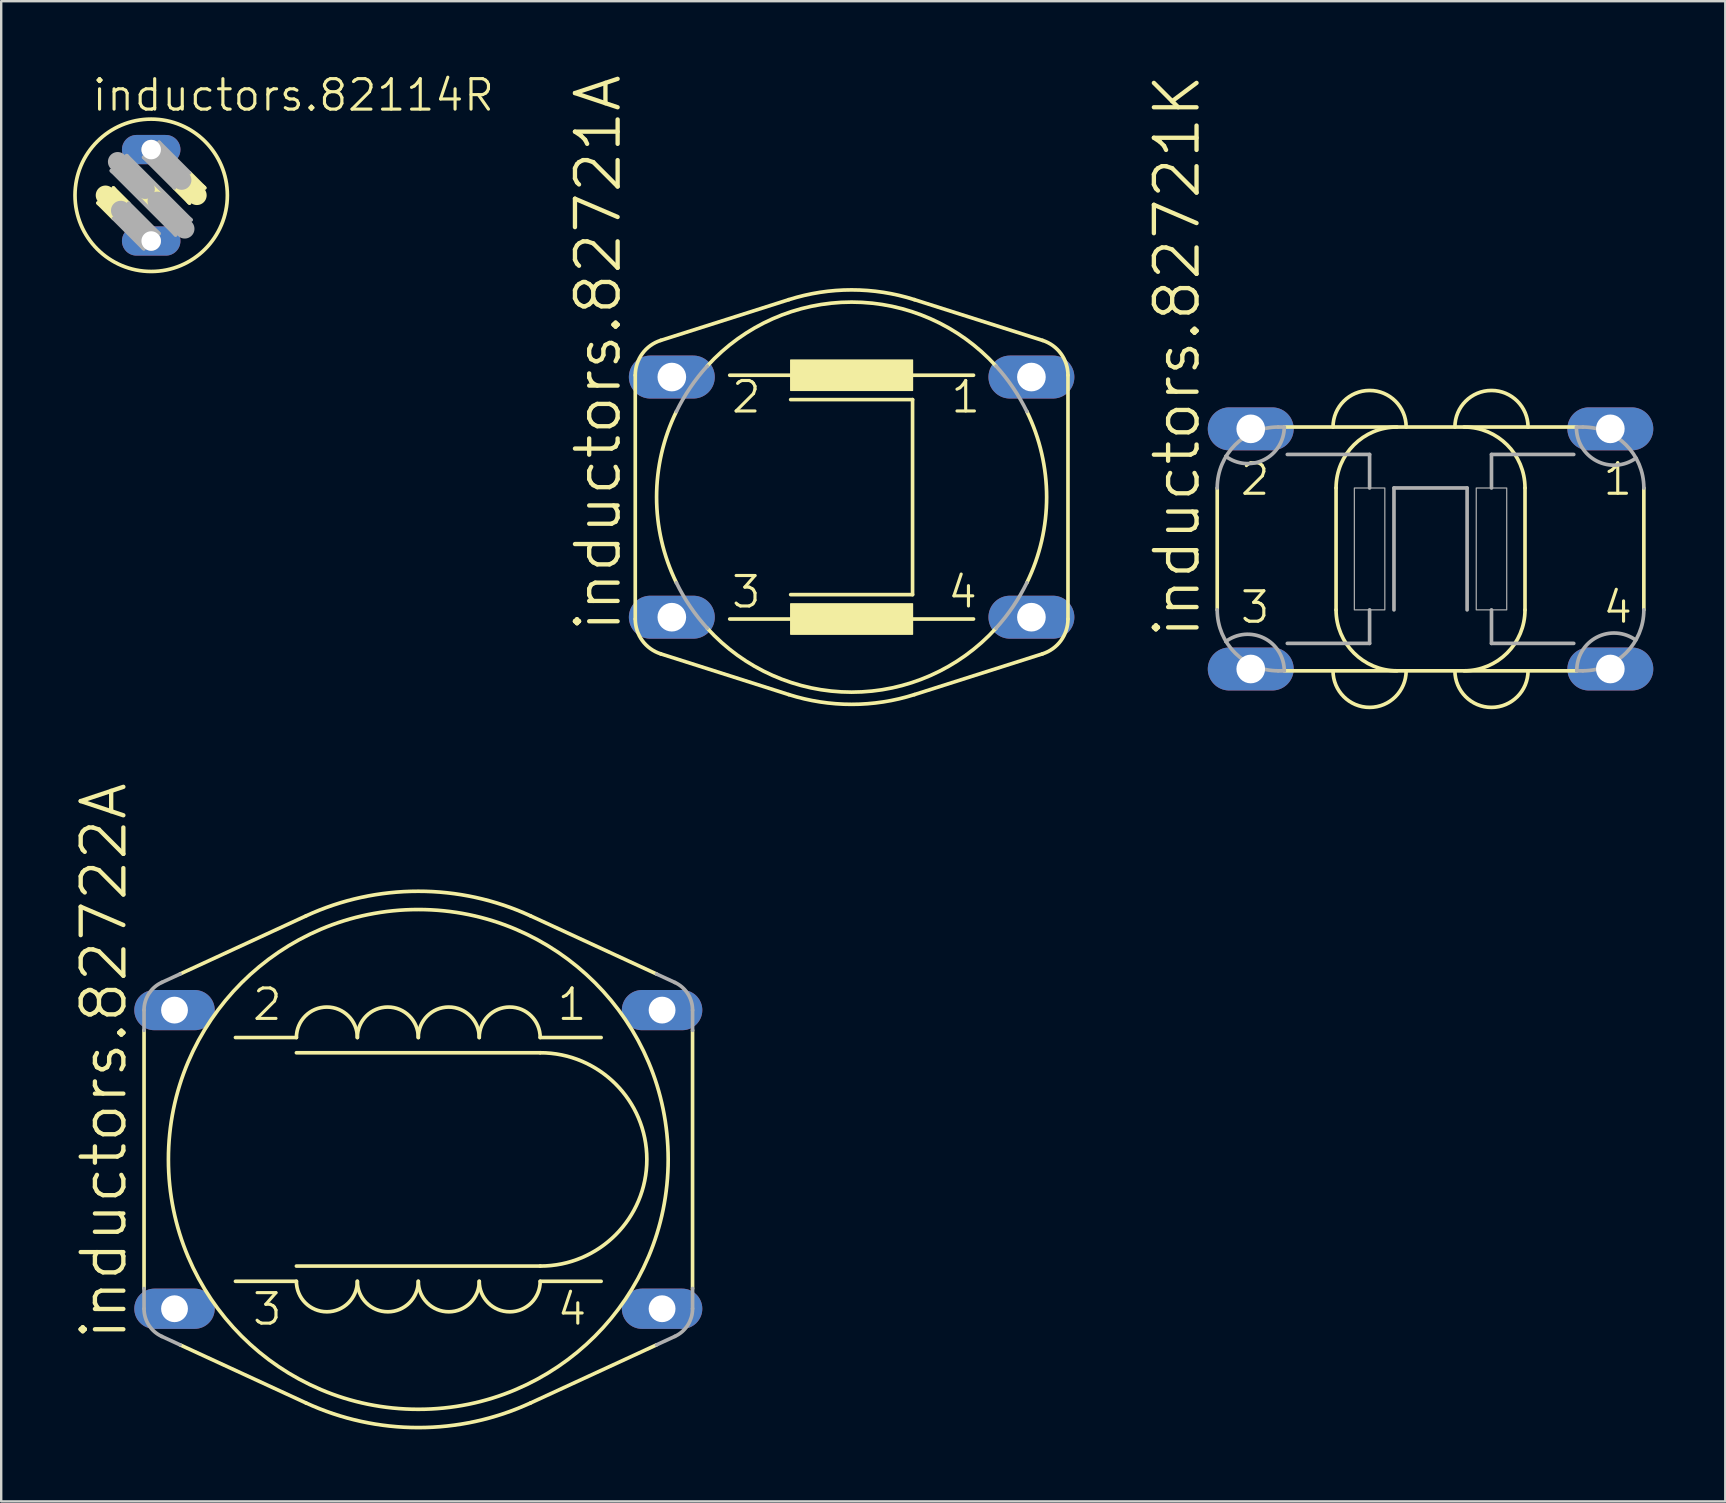
<source format=kicad_pcb>
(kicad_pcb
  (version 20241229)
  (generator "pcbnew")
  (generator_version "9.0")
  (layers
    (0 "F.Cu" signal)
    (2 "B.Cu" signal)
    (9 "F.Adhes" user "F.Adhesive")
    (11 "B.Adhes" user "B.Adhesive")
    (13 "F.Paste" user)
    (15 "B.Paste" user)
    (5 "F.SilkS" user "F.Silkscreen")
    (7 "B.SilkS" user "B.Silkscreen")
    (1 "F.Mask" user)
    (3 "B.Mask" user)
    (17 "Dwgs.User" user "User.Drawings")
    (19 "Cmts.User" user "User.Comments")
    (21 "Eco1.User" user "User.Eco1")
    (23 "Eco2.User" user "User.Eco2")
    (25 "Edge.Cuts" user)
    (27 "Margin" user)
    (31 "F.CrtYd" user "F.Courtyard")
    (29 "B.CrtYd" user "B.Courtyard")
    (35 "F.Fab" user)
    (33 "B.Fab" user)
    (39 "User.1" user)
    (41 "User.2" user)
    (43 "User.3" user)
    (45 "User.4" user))
  (footprint "inductors.82114R"
    (layer "F.Cu")
    (at 3.251 5.089)
    (property "Reference" "inductors.82114R" (at -2.54 -3.429 0) (layer "F.SilkS") (effects (font (size 1.27 1.27) (thickness 0.13)) (justify left bottom)))
    (attr through_hole)
    (fp_line (start -2.21 0.33) (end -1.575 0.965) (stroke (width 0.152) (type default)) (layer "F.SilkS"))
    (fp_line (start -1.905 0) (end -1.27 0.635) (stroke (width 0.813) (type default)) (layer "F.SilkS"))
    (fp_line (start -1.575 -0.305) (end -0.94 0.33) (stroke (width 0.152) (type default)) (layer "F.SilkS"))
    (fp_line (start 0.254 0.254) (end -0.254 -0.254) (stroke (width 0.813) (type default)) (layer "F.SilkS"))
    (fp_line (start 0.965 -0.305) (end 1.6 0.33) (stroke (width 0.152) (type default)) (layer "F.SilkS"))
    (fp_line (start 1.6 -0.94) (end 2.235 -0.305) (stroke (width 0.152) (type default)) (layer "F.SilkS"))
    (fp_line (start 1.905 0) (end 1.27 -0.635) (stroke (width 0.813) (type default)) (layer "F.SilkS"))
    (fp_arc (start -1.5748 -0.3048) (mid -1.593683 0.324065) (end -2.2228 0.3178) (stroke (width 0.1524) (type default)) (layer "F.SilkS"))
    (fp_arc (start 1.5748 0.3048) (mid 1.593683 -0.324065) (end 2.2228 -0.3178) (stroke (width 0.1524) (type default)) (layer "F.SilkS"))
    (fp_circle (center 0 0) (end 3.175 0) (stroke (width 0.152) (type default)) (fill no) (layer "F.SilkS"))
    (fp_line (start -1.651 -1.016) (end 1.016 1.651) (stroke (width 0.152) (type default)) (layer "F.Fab"))
    (fp_line (start -1.575 0.965) (end -0.305 2.235) (stroke (width 0.152) (type default)) (layer "F.Fab"))
    (fp_line (start -1.016 -1.651) (end 1.651 1.016) (stroke (width 0.152) (type default)) (layer "F.Fab"))
    (fp_line (start -0.94 0.33) (end 0.33 1.6) (stroke (width 0.152) (type default)) (layer "F.Fab"))
    (fp_line (start -0.305 -1.575) (end 0.965 -0.305) (stroke (width 0.152) (type default)) (layer "F.Fab"))
    (fp_line (start -0.254 -0.254) (end -1.397 -1.397) (stroke (width 0.813) (type default)) (layer "F.Fab"))
    (fp_line (start 0 -1.905) (end 1.27 -0.635) (stroke (width 0.813) (type default)) (layer "F.Fab"))
    (fp_line (start 0 1.905) (end -1.27 0.635) (stroke (width 0.813) (type default)) (layer "F.Fab"))
    (fp_line (start 0.33 -2.21) (end 1.6 -0.94) (stroke (width 0.152) (type default)) (layer "F.Fab"))
    (fp_line (start 1.397 1.397) (end 0.254 0.254) (stroke (width 0.813) (type default)) (layer "F.Fab"))
    (fp_arc (start -1.016 -1.651) (mid -1.034883 -1.022135) (end -1.664 -1.0284) (stroke (width 0.1524) (type default)) (layer "F.Fab"))
    (fp_arc (start -0.3302 2.2098) (mid -0.311317 1.580935) (end 0.3178 1.5872) (stroke (width 0.1524) (type default)) (layer "F.Fab"))
    (fp_arc (start 0.3302 -2.2098) (mid 0.311317 -1.580935) (end -0.3178 -1.5872) (stroke (width 0.1524) (type default)) (layer "F.Fab"))
    (fp_arc (start 1.016 1.651) (mid 1.034883 1.022135) (end 1.664 1.0284) (stroke (width 0.1524) (type default)) (layer "F.Fab"))
    (pad "1" thru_hole oval (at 0 -1.905) (size 2.438 1.219) (drill 0.813) (layers "*.Cu" "*.Mask"))
    (pad "2" thru_hole oval (at 0 1.905) (size 2.438 1.219) (drill 0.813) (layers "*.Cu" "*.Mask")))
  (footprint "inductors.82722A"
    (layer "F.Cu")
    (at 14.383 45.27)
    (property "Reference" "inductors.82722A" (at -12.065 7.62 90) (layer "F.SilkS") (effects (font (size 1.778 1.778) (thickness 0.18)) (justify left bottom)))
    (attr through_hole)
    (fp_line (start -11.43 5.381) (end -11.43 -5.381) (stroke (width 0.152) (type default)) (layer "F.SilkS"))
    (fp_line (start -9.927 -7.729) (end -4.681 -10.149) (stroke (width 0.152) (type default)) (layer "F.SilkS"))
    (fp_line (start -9.927 7.729) (end -4.681 10.149) (stroke (width 0.152) (type default)) (layer "F.SilkS"))
    (fp_line (start -5.08 -5.08) (end -7.62 -5.08) (stroke (width 0.152) (type default)) (layer "F.SilkS"))
    (fp_line (start -5.08 -4.445) (end 5.08 -4.445) (stroke (width 0.152) (type default)) (layer "F.SilkS"))
    (fp_line (start -5.08 4.445) (end 5.08 4.445) (stroke (width 0.152) (type default)) (layer "F.SilkS"))
    (fp_line (start -5.08 5.08) (end -7.62 5.08) (stroke (width 0.152) (type default)) (layer "F.SilkS"))
    (fp_line (start 4.681 -10.149) (end 9.927 -7.729) (stroke (width 0.152) (type default)) (layer "F.SilkS"))
    (fp_line (start 5.08 -5.08) (end 7.62 -5.08) (stroke (width 0.152) (type default)) (layer "F.SilkS"))
    (fp_line (start 5.08 5.08) (end 7.62 5.08) (stroke (width 0.152) (type default)) (layer "F.SilkS"))
    (fp_line (start 9.927 7.729) (end 4.681 10.149) (stroke (width 0.152) (type default)) (layer "F.SilkS"))
    (fp_line (start 11.43 -5.381) (end 11.43 5.381) (stroke (width 0.152) (type default)) (layer "F.SilkS"))
    (fp_arc (start -5.08 -5.08) (mid -3.81 -6.35) (end -2.54 -5.08) (stroke (width 0.1524) (type default)) (layer "F.SilkS"))
    (fp_arc (start -4.681 -10.149) (mid -0.0005 -11.17631) (end 4.68 -10.149) (stroke (width 0.1524) (type default)) (layer "F.SilkS"))
    (fp_arc (start -2.54 -5.08) (mid -1.27 -6.35) (end 0 -5.08) (stroke (width 0.1524) (type default)) (layer "F.SilkS"))
    (fp_arc (start -2.54 5.08) (mid -3.81 6.35) (end -5.08 5.08) (stroke (width 0.1524) (type default)) (layer "F.SilkS"))
    (fp_arc (start 0 -5.08) (mid 1.27 -6.35) (end 2.54 -5.08) (stroke (width 0.1524) (type default)) (layer "F.SilkS"))
    (fp_arc (start 0 5.08) (mid -1.27 6.35) (end -2.54 5.08) (stroke (width 0.1524) (type default)) (layer "F.SilkS"))
    (fp_arc (start 2.54 -5.08) (mid 3.81 -6.35) (end 5.08 -5.08) (stroke (width 0.1524) (type default)) (layer "F.SilkS"))
    (fp_arc (start 2.54 5.08) (mid 1.27 6.35) (end 0 5.08) (stroke (width 0.1524) (type default)) (layer "F.SilkS"))
    (fp_arc (start 4.68 10.149) (mid -0.0005 11.17631) (end -4.681 10.149) (stroke (width 0.1524) (type default)) (layer "F.SilkS"))
    (fp_arc (start 5.08 -4.445) (mid 9.525 0) (end 5.08 4.445) (stroke (width 0.1524) (type default)) (layer "F.SilkS"))
    (fp_arc (start 5.08 5.08) (mid 3.81 6.35) (end 2.54 5.08) (stroke (width 0.1524) (type default)) (layer "F.SilkS"))
    (fp_circle (center 0 0) (end 10.414 0) (stroke (width 0.152) (type default)) (fill no) (layer "F.SilkS"))
    (fp_line (start -11.43 -5.381) (end -11.43 -6.223) (stroke (width 0.152) (type default)) (layer "F.Fab"))
    (fp_line (start -11.43 6.223) (end -11.43 5.381) (stroke (width 0.152) (type default)) (layer "F.Fab"))
    (fp_line (start -10.692 -7.376) (end -9.927 -7.729) (stroke (width 0.152) (type default)) (layer "F.Fab"))
    (fp_line (start -10.692 7.376) (end -9.927 7.729) (stroke (width 0.152) (type default)) (layer "F.Fab"))
    (fp_line (start 9.927 -7.729) (end 10.692 -7.376) (stroke (width 0.152) (type default)) (layer "F.Fab"))
    (fp_line (start 10.692 7.376) (end 9.927 7.729) (stroke (width 0.152) (type default)) (layer "F.Fab"))
    (fp_line (start 11.43 -6.223) (end 11.43 -5.381) (stroke (width 0.152) (type default)) (layer "F.Fab"))
    (fp_line (start 11.43 5.381) (end 11.43 6.223) (stroke (width 0.152) (type default)) (layer "F.Fab"))
    (fp_arc (start -11.4301 -6.2227) (mid -11.22979 -6.907342) (end -10.692 -7.376) (stroke (width 0.1524) (type default)) (layer "F.Fab"))
    (fp_arc (start -10.692 7.376) (mid -11.22979 6.907342) (end -11.4301 6.2227) (stroke (width 0.1524) (type default)) (layer "F.Fab"))
    (fp_arc (start 10.692 -7.376) (mid 11.22979 -6.907342) (end 11.4301 -6.2227) (stroke (width 0.1524) (type default)) (layer "F.Fab"))
    (fp_arc (start 11.4301 6.2227) (mid 11.22979 6.907342) (end 10.692 7.376) (stroke (width 0.1524) (type default)) (layer "F.Fab"))
    (fp_text user "4" (at 5.715 6.985 0) (layer "F.SilkS") (effects (font (size 1.27 1.27) (thickness 0.13)) (justify left bottom)))
    (fp_text user "1" (at 5.715 -5.715 0) (layer "F.SilkS") (effects (font (size 1.27 1.27) (thickness 0.13)) (justify left bottom)))
    (fp_text user "3" (at -6.985 6.985 0) (layer "F.SilkS") (effects (font (size 1.27 1.27) (thickness 0.13)) (justify left bottom)))
    (fp_text user "2" (at -6.985 -5.715 0) (layer "F.SilkS") (effects (font (size 1.27 1.27) (thickness 0.13)) (justify left bottom)))
    (pad "1" thru_hole oval (at 10.16 -6.223) (size 3.353 1.676) (drill 1.118) (layers "*.Cu" "*.Mask"))
    (pad "2" thru_hole oval (at -10.16 -6.223) (size 3.353 1.676) (drill 1.118) (layers "*.Cu" "*.Mask"))
    (pad "3" thru_hole oval (at -10.16 6.223) (size 3.353 1.676) (drill 1.118) (layers "*.Cu" "*.Mask"))
    (pad "4" thru_hole oval (at 10.16 6.223) (size 3.353 1.676) (drill 1.118) (layers "*.Cu" "*.Mask")))
  (footprint "inductors.82721A"
    (layer "F.Cu")
    (at 32.442 17.668)
    (property "Reference" "inductors.82721A" (at -9.525 5.715 90) (layer "F.SilkS") (effects (font (size 1.778 1.778) (thickness 0.18)) (justify left bottom)))
    (attr through_hole)
    (fp_line (start -9.017 -5.08) (end -9.017 5.08) (stroke (width 0.152) (type default)) (layer "F.SilkS"))
    (fp_line (start -7.955 -6.532) (end -2.617 -8.23) (stroke (width 0.152) (type default)) (layer "F.SilkS"))
    (fp_line (start -7.955 6.532) (end -2.617 8.23) (stroke (width 0.152) (type default)) (layer "F.SilkS"))
    (fp_line (start -5.08 -5.08) (end -2.54 -5.08) (stroke (width 0.152) (type default)) (layer "F.SilkS"))
    (fp_line (start -5.08 5.08) (end -2.54 5.08) (stroke (width 0.152) (type default)) (layer "F.SilkS"))
    (fp_line (start 2.54 -5.08) (end 5.08 -5.08) (stroke (width 0.152) (type default)) (layer "F.SilkS"))
    (fp_line (start 2.54 -4.064) (end -2.54 -4.064) (stroke (width 0.152) (type default)) (layer "F.SilkS"))
    (fp_line (start 2.54 4.064) (end -2.54 4.064) (stroke (width 0.152) (type default)) (layer "F.SilkS"))
    (fp_line (start 2.54 4.064) (end 2.54 -4.064) (stroke (width 0.152) (type default)) (layer "F.SilkS"))
    (fp_line (start 2.54 5.08) (end 5.08 5.08) (stroke (width 0.152) (type default)) (layer "F.SilkS"))
    (fp_line (start 7.955 -6.532) (end 2.617 -8.23) (stroke (width 0.152) (type default)) (layer "F.SilkS"))
    (fp_line (start 7.955 6.532) (end 2.617 8.23) (stroke (width 0.152) (type default)) (layer "F.SilkS"))
    (fp_line (start 9.017 -5.08) (end 9.017 5.08) (stroke (width 0.152) (type default)) (layer "F.SilkS"))
    (fp_rect (start -2.54 -4.445) (end 2.54 -5.715) (stroke (width 0.05) (type default)) (fill yes) (layer "F.SilkS"))
    (fp_rect (start -2.54 5.715) (end 2.54 4.445) (stroke (width 0.05) (type default)) (fill yes) (layer "F.SilkS"))
    (fp_arc (start -9.0171 -5.0797) (mid -8.72324 -5.979312) (end -7.955 -6.532) (stroke (width 0.1524) (type default)) (layer "F.SilkS"))
    (fp_arc (start -7.955 6.532) (mid -8.72324 5.979312) (end -9.0171 5.0797) (stroke (width 0.1524) (type default)) (layer "F.SilkS"))
    (fp_arc (start -7.3031 3.5679) (mid -8.128049 0) (end -7.3031 -3.5679) (stroke (width 0.1524) (type default)) (layer "F.SilkS"))
    (fp_arc (start -6.018 -5.4633) (mid 0 -8.127975) (end 6.018 -5.4633) (stroke (width 0.1524) (type default)) (layer "F.SilkS"))
    (fp_arc (start -2.617 -8.23) (mid 0.0003 -8.636164) (end 2.6176 -8.23) (stroke (width 0.1524) (type default)) (layer "F.SilkS"))
    (fp_arc (start 2.6176 8.23) (mid 0.0003 8.636164) (end -2.617 8.23) (stroke (width 0.1524) (type default)) (layer "F.SilkS"))
    (fp_arc (start 6.018 5.4633) (mid 0 8.127975) (end -6.018 5.4633) (stroke (width 0.1524) (type default)) (layer "F.SilkS"))
    (fp_arc (start 7.3031 -3.5679) (mid 8.128049 0) (end 7.3031 3.5679) (stroke (width 0.1524) (type default)) (layer "F.SilkS"))
    (fp_arc (start 7.955 -6.532) (mid 8.72324 -5.979312) (end 9.0171 -5.0797) (stroke (width 0.1524) (type default)) (layer "F.SilkS"))
    (fp_arc (start 9.0171 5.0797) (mid 8.72324 5.979312) (end 7.955 6.532) (stroke (width 0.1524) (type default)) (layer "F.SilkS"))
    (fp_arc (start -7.303 -3.5679) (mid -6.727585 -4.561081) (end -6.018 -5.4633) (stroke (width 0.1524) (type default)) (layer "F.Fab"))
    (fp_arc (start -6.0181 5.4633) (mid -6.727684 4.56108) (end -7.3031 3.5679) (stroke (width 0.1524) (type default)) (layer "F.Fab"))
    (fp_arc (start 6.0181 -5.4633) (mid 6.727684 -4.56108) (end 7.3031 -3.5679) (stroke (width 0.1524) (type default)) (layer "F.Fab"))
    (fp_arc (start 7.303 3.5679) (mid 6.727585 4.561081) (end 6.018 5.4633) (stroke (width 0.1524) (type default)) (layer "F.Fab"))
    (fp_text user "3" (at -5.08 4.699 0) (layer "F.SilkS") (effects (font (size 1.27 1.27) (thickness 0.13)) (justify left bottom)))
    (fp_text user "4" (at 3.937 4.699 0) (layer "F.SilkS") (effects (font (size 1.27 1.27) (thickness 0.13)) (justify left bottom)))
    (fp_text user "2" (at -5.08 -3.429 0) (layer "F.SilkS") (effects (font (size 1.27 1.27) (thickness 0.13)) (justify left bottom)))
    (fp_text user "1" (at 4.064 -3.429 0) (layer "F.SilkS") (effects (font (size 1.27 1.27) (thickness 0.13)) (justify left bottom)))
    (pad "1" thru_hole oval (at 7.493 -5.004) (size 3.581 1.791) (drill 1.194) (layers "*.Cu" "*.Mask"))
    (pad "2" thru_hole oval (at -7.493 -5.004) (size 3.581 1.791) (drill 1.194) (layers "*.Cu" "*.Mask"))
    (pad "3" thru_hole oval (at -7.493 5.004) (size 3.581 1.791) (drill 1.194) (layers "*.Cu" "*.Mask"))
    (pad "4" thru_hole oval (at 7.493 5.004) (size 3.581 1.791) (drill 1.194) (layers "*.Cu" "*.Mask")))
  (footprint "inductors.82721K"
    (layer "F.Cu")
    (at 56.569 19.827)
    (property "Reference" "inductors.82721K" (at -9.525 3.81 90) (layer "F.SilkS") (effects (font (size 1.778 1.778) (thickness 0.18)) (justify left bottom)))
    (attr through_hole)
    (fp_line (start -8.89 2.54) (end -8.89 -2.54) (stroke (width 0.152) (type default)) (layer "F.SilkS"))
    (fp_line (start -6.096 -5.08) (end 6.096 -5.08) (stroke (width 0.152) (type default)) (layer "F.SilkS"))
    (fp_line (start -3.937 2.54) (end -3.937 -2.54) (stroke (width 0.152) (type default)) (layer "F.SilkS"))
    (fp_line (start 3.937 -2.54) (end 3.937 2.54) (stroke (width 0.152) (type default)) (layer "F.SilkS"))
    (fp_line (start 6.096 5.08) (end -6.096 5.08) (stroke (width 0.152) (type default)) (layer "F.SilkS"))
    (fp_line (start 8.89 -2.54) (end 8.89 2.54) (stroke (width 0.152) (type default)) (layer "F.SilkS"))
    (fp_arc (start -4.064 -5.08) (mid -2.54 -6.604) (end -1.016 -5.08) (stroke (width 0.1524) (type default)) (layer "F.SilkS"))
    (fp_arc (start -3.937 -2.54) (mid -3.193051 -4.336051) (end -1.397 -5.08) (stroke (width 0.1524) (type default)) (layer "F.SilkS"))
    (fp_arc (start -1.397 5.08) (mid -3.193051 4.336051) (end -3.937 2.54) (stroke (width 0.1524) (type default)) (layer "F.SilkS"))
    (fp_arc (start -1.016 5.08) (mid -2.54 6.604) (end -4.064 5.08) (stroke (width 0.1524) (type default)) (layer "F.SilkS"))
    (fp_arc (start 1.016 -5.08) (mid 2.54 -6.604) (end 4.064 -5.08) (stroke (width 0.1524) (type default)) (layer "F.SilkS"))
    (fp_arc (start 1.397 -5.08) (mid 3.193051 -4.336051) (end 3.937 -2.54) (stroke (width 0.1524) (type default)) (layer "F.SilkS"))
    (fp_arc (start 3.937 2.54) (mid 3.193051 4.336051) (end 1.397 5.08) (stroke (width 0.1524) (type default)) (layer "F.SilkS"))
    (fp_arc (start 4.064 5.08) (mid 2.54 6.604) (end 1.016 5.08) (stroke (width 0.1524) (type default)) (layer "F.SilkS"))
    (fp_line (start -6.096 -5.08) (end -6.35 -5.08) (stroke (width 0.152) (type default)) (layer "F.Fab"))
    (fp_line (start -6.096 5.08) (end -6.35 5.08) (stroke (width 0.152) (type default)) (layer "F.Fab"))
    (fp_line (start -2.54 -3.937) (end -5.969 -3.937) (stroke (width 0.152) (type default)) (layer "F.Fab"))
    (fp_line (start -2.54 -2.54) (end -2.54 -3.937) (stroke (width 0.152) (type default)) (layer "F.Fab"))
    (fp_line (start -2.54 2.54) (end -2.54 3.937) (stroke (width 0.152) (type default)) (layer "F.Fab"))
    (fp_line (start -2.54 3.937) (end -5.969 3.937) (stroke (width 0.152) (type default)) (layer "F.Fab"))
    (fp_line (start -1.524 -2.54) (end 1.524 -2.54) (stroke (width 0.152) (type default)) (layer "F.Fab"))
    (fp_line (start -1.524 2.54) (end -1.524 -2.54) (stroke (width 0.152) (type default)) (layer "F.Fab"))
    (fp_line (start 1.524 2.54) (end 1.524 -2.54) (stroke (width 0.152) (type default)) (layer "F.Fab"))
    (fp_line (start 2.54 -3.937) (end 2.54 -2.54) (stroke (width 0.152) (type default)) (layer "F.Fab"))
    (fp_line (start 2.54 3.937) (end 2.54 2.54) (stroke (width 0.152) (type default)) (layer "F.Fab"))
    (fp_line (start 5.969 -3.937) (end 2.54 -3.937) (stroke (width 0.152) (type default)) (layer "F.Fab"))
    (fp_line (start 5.969 3.937) (end 2.54 3.937) (stroke (width 0.152) (type default)) (layer "F.Fab"))
    (fp_line (start 6.096 -5.08) (end 6.35 -5.08) (stroke (width 0.152) (type default)) (layer "F.Fab"))
    (fp_line (start 6.096 5.08) (end 6.35 5.08) (stroke (width 0.152) (type default)) (layer "F.Fab"))
    (fp_rect (start -3.175 2.54) (end -1.905 -2.54) (stroke (width 0.05) (type default)) (fill no) (layer "F.Fab"))
    (fp_rect (start 1.905 2.54) (end 3.175 -2.54) (stroke (width 0.05) (type default)) (fill no) (layer "F.Fab"))
    (fp_arc (start -8.89 -2.54) (mid -8.146051 -4.336051) (end -6.35 -5.08) (stroke (width 0.1524) (type default)) (layer "F.Fab"))
    (fp_arc (start -8.5344 3.8608) (mid -6.938446 3.716893) (end -6.096 5.08) (stroke (width 0.1524) (type default)) (layer "F.Fab"))
    (fp_arc (start -6.35 5.08) (mid -8.146051 4.336051) (end -8.89 2.54) (stroke (width 0.1524) (type default)) (layer "F.Fab"))
    (fp_arc (start -6.096 -5.08) (mid -6.938446 -3.716893) (end -8.5344 -3.8608) (stroke (width 0.1524) (type default)) (layer "F.Fab"))
    (fp_arc (start 6.096 5.08) (mid 6.927624 3.68125) (end 8.5508 3.797) (stroke (width 0.1524) (type default)) (layer "F.Fab"))
    (fp_arc (start 6.35 -5.08) (mid 8.146051 -4.336051) (end 8.89 -2.54) (stroke (width 0.1524) (type default)) (layer "F.Fab"))
    (fp_arc (start 8.5598 -3.7846) (mid 6.920542 -3.667677) (end 6.0807 -5.0803) (stroke (width 0.1524) (type default)) (layer "F.Fab"))
    (fp_arc (start 8.89 2.54) (mid 8.146051 4.336051) (end 6.35 5.08) (stroke (width 0.1524) (type default)) (layer "F.Fab"))
    (fp_text user "4" (at 7.112 3.175 0) (layer "F.SilkS") (effects (font (size 1.27 1.27) (thickness 0.13)) (justify left bottom)))
    (fp_text user "1" (at 7.112 -2.159 0) (layer "F.SilkS") (effects (font (size 1.27 1.27) (thickness 0.13)) (justify left bottom)))
    (fp_text user "3" (at -8.001 3.175 0) (layer "F.SilkS") (effects (font (size 1.27 1.27) (thickness 0.13)) (justify left bottom)))
    (fp_text user "2" (at -8.001 -2.159 0) (layer "F.SilkS") (effects (font (size 1.27 1.27) (thickness 0.13)) (justify left bottom)))
    (pad "1" thru_hole oval (at 7.493 -5.004) (size 3.581 1.791) (drill 1.194) (layers "*.Cu" "*.Mask"))
    (pad "2" thru_hole oval (at -7.493 -5.004) (size 3.581 1.791) (drill 1.194) (layers "*.Cu" "*.Mask"))
    (pad "3" thru_hole oval (at -7.493 5.004) (size 3.581 1.791) (drill 1.194) (layers "*.Cu" "*.Mask"))
    (pad "4" thru_hole oval (at 7.493 5.004) (size 3.581 1.791) (drill 1.194) (layers "*.Cu" "*.Mask")))
  (gr_rect
    (start -3 -3)
    (end 68.853 59.523)
    (stroke (width 0.1) (type default))
    (fill no)
    (layer "Edge.Cuts")))
</source>
